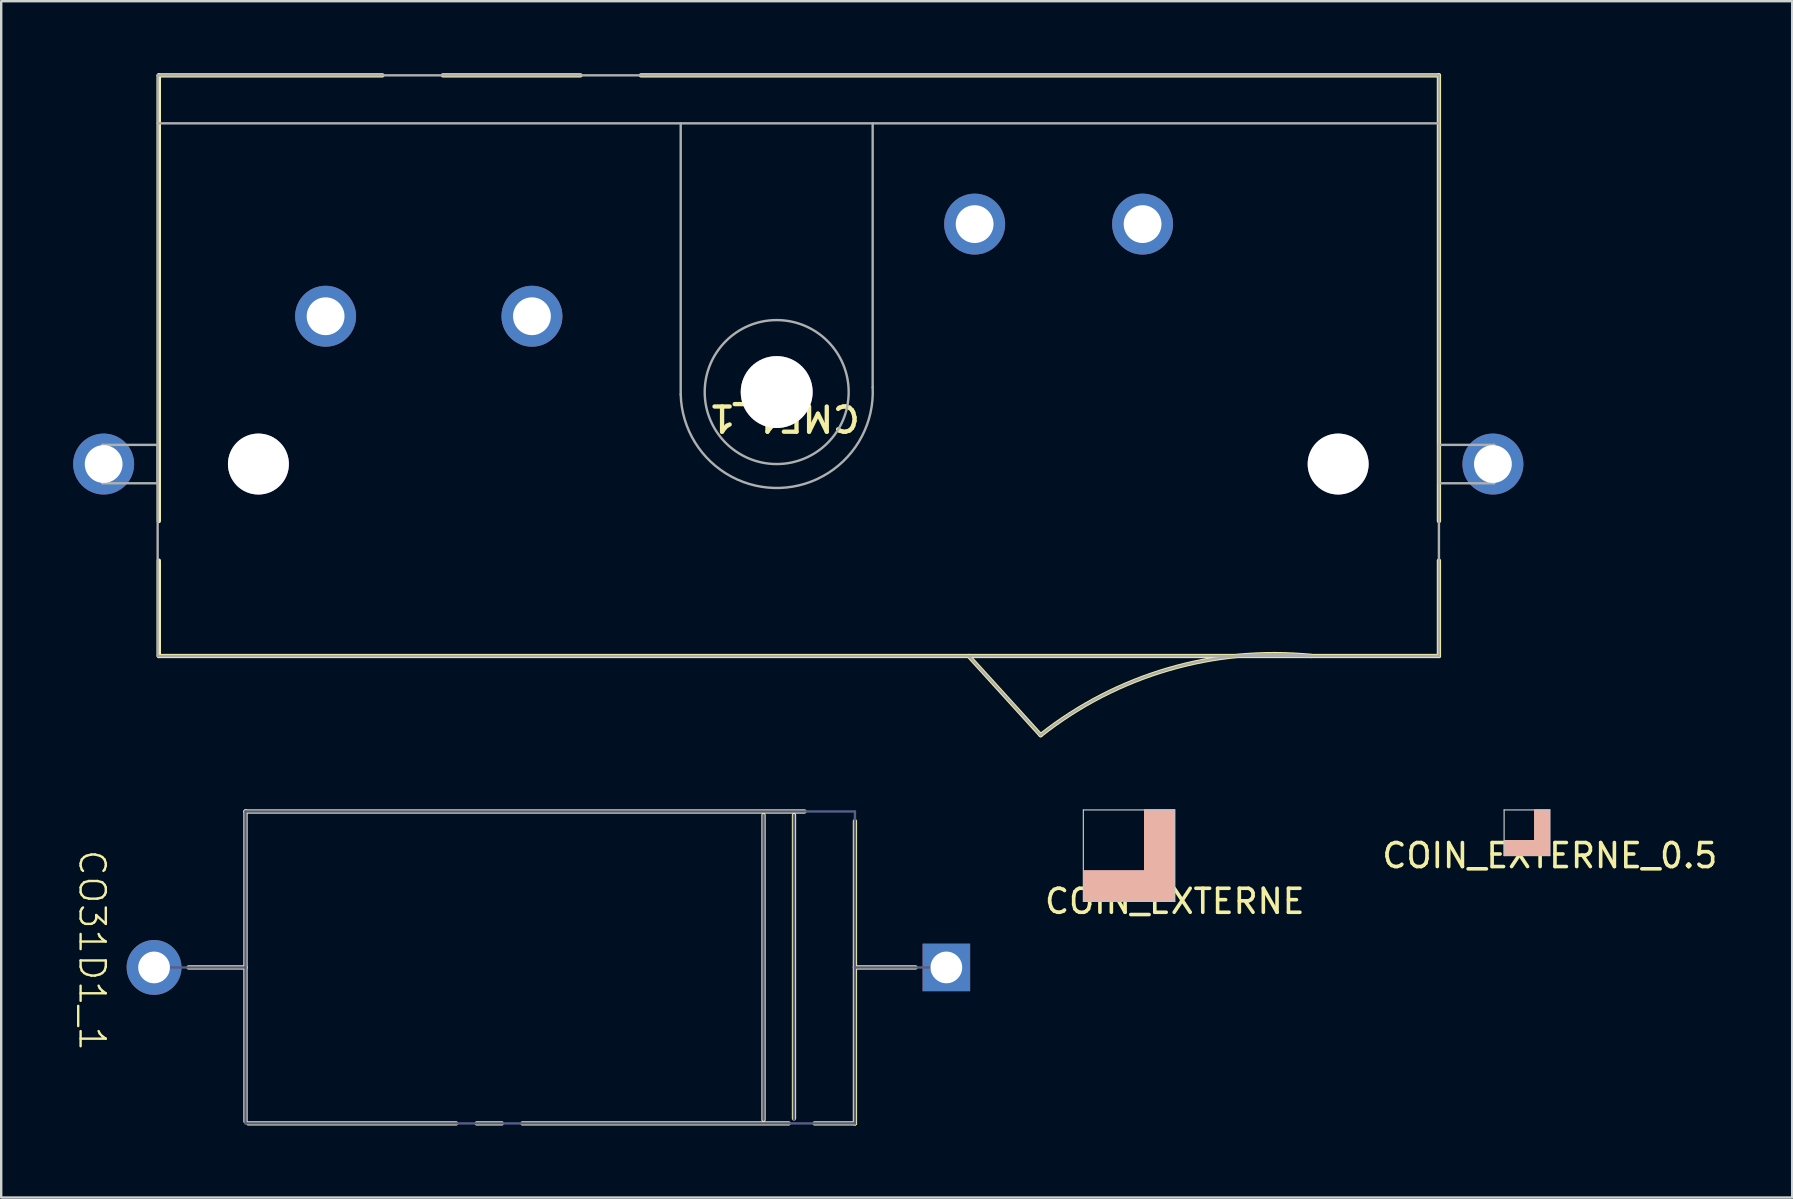
<source format=kicad_pcb>
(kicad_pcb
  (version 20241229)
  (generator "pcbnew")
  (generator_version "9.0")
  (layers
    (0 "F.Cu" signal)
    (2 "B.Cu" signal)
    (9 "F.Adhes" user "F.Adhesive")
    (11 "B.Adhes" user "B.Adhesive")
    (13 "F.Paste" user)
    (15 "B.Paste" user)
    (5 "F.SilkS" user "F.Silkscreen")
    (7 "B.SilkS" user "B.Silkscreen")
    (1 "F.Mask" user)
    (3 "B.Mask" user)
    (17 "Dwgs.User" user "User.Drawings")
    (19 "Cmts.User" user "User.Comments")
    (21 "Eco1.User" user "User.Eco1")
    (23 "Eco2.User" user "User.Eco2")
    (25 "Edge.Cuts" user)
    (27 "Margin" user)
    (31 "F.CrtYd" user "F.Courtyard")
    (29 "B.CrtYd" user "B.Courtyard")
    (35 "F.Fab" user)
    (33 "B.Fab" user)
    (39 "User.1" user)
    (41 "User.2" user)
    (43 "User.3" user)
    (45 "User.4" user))
  (footprint "CMF1_1"
    (layer "F.Cu")
    (at 52.72 16.29)
    (property "Reference" "CMF1_1" (at -23.074 -1.922 180) (unlocked yes) (layer "F.SilkS") (effects (font (size 1.05 1.104) (thickness 0.18))))
    (attr smd)
    (fp_line (start -49.15 -16.2) (end -39.832 -16.2) (stroke (width 0.18) (type solid)) (layer "F.SilkS"))
    (fp_line (start -49.15 2.375) (end -49.15 -16.2) (stroke (width 0.18) (type solid)) (layer "F.SilkS"))
    (fp_line (start -49.15 8) (end -49.15 4.025) (stroke (width 0.18) (type solid)) (layer "F.SilkS"))
    (fp_line (start -49.15 8) (end 4.2 8) (stroke (width 0.18) (type solid)) (layer "F.SilkS"))
    (fp_line (start -37.313 -16.2) (end -31.577 -16.2) (stroke (width 0.18) (type solid)) (layer "F.SilkS"))
    (fp_line (start -29.058 -16.2) (end 4.2 -16.2) (stroke (width 0.18) (type solid)) (layer "F.SilkS"))
    (fp_line (start -15.4 8) (end -12.4 11.3) (stroke (width 0.18) (type solid)) (layer "F.SilkS"))
    (fp_line (start 4.2 2.375) (end 4.2 -16.2) (stroke (width 0.18) (type solid)) (layer "F.SilkS"))
    (fp_line (start 4.2 8) (end 4.2 4.025) (stroke (width 0.18) (type solid)) (layer "F.SilkS"))
    (fp_arc (start -12.399792 11.299832) (mid -7.07639 8.552219) (end -1.111344 7.998858) (stroke (width 0.18) (type solid)) (layer "F.SilkS"))
    (fp_line (start -51.5 -0.8) (end -49.2 -0.8) (stroke (width 0.1) (type solid)) (layer "F.Fab"))
    (fp_line (start -51.5 0.8) (end -51.5 -0.8) (stroke (width 0.1) (type solid)) (layer "F.Fab"))
    (fp_line (start -51.5 0.8) (end -49.2 0.8) (stroke (width 0.1) (type solid)) (layer "F.Fab"))
    (fp_line (start -49.2 -16.2) (end 4.2 -16.2) (stroke (width 0.1) (type solid)) (layer "F.Fab"))
    (fp_line (start -49.2 -14.2) (end 4.2 -14.2) (stroke (width 0.1) (type solid)) (layer "F.Fab"))
    (fp_line (start -49.2 0.8) (end -49.2 -0.8) (stroke (width 0.1) (type solid)) (layer "F.Fab"))
    (fp_line (start -49.2 8) (end -49.2 -16.2) (stroke (width 0.1) (type solid)) (layer "F.Fab"))
    (fp_line (start -49.15 8) (end 4.2 8) (stroke (width 0.1) (type solid)) (layer "F.Fab"))
    (fp_line (start -27.4 -2.9) (end -27.4 -14.2) (stroke (width 0.1) (type solid)) (layer "F.Fab"))
    (fp_line (start -19.4 -3.2) (end -19.4 -14.2) (stroke (width 0.1) (type solid)) (layer "F.Fab"))
    (fp_line (start -15.4 8) (end -12.4 11.3) (stroke (width 0.1) (type solid)) (layer "F.Fab"))
    (fp_line (start 4.2 -0.8) (end 6.5 -0.8) (stroke (width 0.1) (type solid)) (layer "F.Fab"))
    (fp_line (start 4.2 0.8) (end 4.2 -0.8) (stroke (width 0.1) (type solid)) (layer "F.Fab"))
    (fp_line (start 4.2 0.8) (end 6.5 0.8) (stroke (width 0.1) (type solid)) (layer "F.Fab"))
    (fp_line (start 4.2 8) (end 4.2 -16.2) (stroke (width 0.1) (type solid)) (layer "F.Fab"))
    (fp_line (start 6.5 0.8) (end 6.5 -0.8) (stroke (width 0.1) (type solid)) (layer "F.Fab"))
    (fp_arc (start -19.399929 -3.19864) (mid -23.248061 0.997182) (end -27.399958 -2.898301) (stroke (width 0.1) (type solid)) (layer "F.Fab"))
    (fp_arc (start -12.399792 11.299832) (mid -7.07639 8.552219) (end -1.111344 7.998858) (stroke (width 0.1) (type solid)) (layer "F.Fab"))
    (fp_circle (center -23.4 -3) (end -20.4 -3) (stroke (width 0.1) (type solid)) (fill no) (layer "F.Fab"))
    (pad "1" thru_hole circle (at -8.15 -10) (size 2.54 2.54) (drill 1.575) (layers "*.Cu" "*.Mask"))
    (pad "2" thru_hole circle (at -15.15 -10) (size 2.54 2.54) (drill 1.575) (layers "*.Cu" "*.Mask"))
    (pad "3" thru_hole circle (at -33.6 -6.16) (size 2.54 2.54) (drill 1.575) (layers "*.Cu" "*.Mask"))
    (pad "4" thru_hole circle (at -42.2 -6.16) (size 2.54 2.54) (drill 1.575) (layers "*.Cu" "*.Mask"))
    (pad "5" thru_hole circle (at 6.45 0) (size 2.54 2.54) (drill 1.575) (layers "*.Cu" "*.Mask"))
    (pad "6" thru_hole circle (at -51.45 0) (size 2.54 2.54) (drill 1.575) (layers "*.Cu" "*.Mask"))
    (pad "MEL32" thru_hole circle (at -45 0) (size 2.54 2.54) (drill 3.2) (layers "*.Cu" "*.Mask"))
    (pad "MEL32_1" thru_hole circle (at 0 0) (size 2.54 2.54) (drill 3.2) (layers "*.Cu" "*.Mask"))
    (pad "MEL36" thru_hole circle (at -23.4 -3) (size 2.997 2.997) (drill 3.607) (layers "*.Cu" "*.Mask")))
  (footprint "CO31D1_1"
    (layer "F.Cu")
    (at 36.391 37.27)
    (property "Reference" "CO31D1_1" (at -35.601 -0.712 270) (unlocked yes) (layer "F.SilkS") (effects (font (size 1.05 1.104) (thickness 0.1))))
    (attr smd)
    (fp_line (start -29.21 -6.5) (end -29.21 6.419) (stroke (width 0.18) (type solid)) (layer "F.SilkS"))
    (fp_line (start -29.21 0) (end -31.585 0) (stroke (width 0.18) (type solid)) (layer "F.SilkS"))
    (fp_line (start -20.433 6.5) (end -29.097 6.5) (stroke (width 0.18) (type solid)) (layer "F.SilkS"))
    (fp_line (start -18.528 6.5) (end -19.572 6.5) (stroke (width 0.18) (type solid)) (layer "F.SilkS"))
    (fp_line (start -7.62 -6.35) (end -7.62 6.35) (stroke (width 0.18) (type solid)) (layer "F.SilkS"))
    (fp_line (start -6.574 6.5) (end -17.667 6.5) (stroke (width 0.18) (type solid)) (layer "F.SilkS"))
    (fp_line (start -6.35 -6.35) (end -6.35 6.292) (stroke (width 0.18) (type solid)) (layer "F.SilkS"))
    (fp_line (start -5.911 -6.5) (end -29.21 -6.5) (stroke (width 0.18) (type solid)) (layer "F.SilkS"))
    (fp_line (start -3.81 -6.095) (end -3.81 6.5) (stroke (width 0.18) (type solid)) (layer "F.SilkS"))
    (fp_line (start -3.81 6.5) (end -5.491 6.5) (stroke (width 0.18) (type solid)) (layer "F.SilkS"))
    (fp_line (start -1.282 0) (end -3.81 0) (stroke (width 0.18) (type solid)) (layer "F.SilkS"))
    (fp_line (start -29.21 -6.5) (end -29.21 6.5) (stroke (width 0.1) (type solid)) (layer "B.Fab"))
    (fp_line (start -29.21 0) (end -33.02 0) (stroke (width 0.1) (type solid)) (layer "B.Fab"))
    (fp_line (start -7.62 -6.35) (end -7.62 6.35) (stroke (width 0.1) (type solid)) (layer "B.Fab"))
    (fp_line (start -6.35 -6.35) (end -6.35 6.35) (stroke (width 0.1) (type solid)) (layer "B.Fab"))
    (fp_line (start -3.81 -6.5) (end -29.21 -6.5) (stroke (width 0.1) (type solid)) (layer "B.Fab"))
    (fp_line (start -3.81 -6.5) (end -3.81 6.5) (stroke (width 0.1) (type solid)) (layer "B.Fab"))
    (fp_line (start -3.81 6.5) (end -29.21 6.5) (stroke (width 0.1) (type solid)) (layer "B.Fab"))
    (fp_line (start 0 0) (end -3.81 0) (stroke (width 0.1) (type solid)) (layer "B.Fab"))
    (pad "+" thru_hole rect (at 0 0 180) (size 1.981 1.981) (drill 1.321) (layers "*.Cu" "*.Mask"))
    (pad "-" thru_hole circle (at -33.02 0 180) (size 2.286 2.286) (drill 1.321) (layers "*.Cu" "*.Mask")))
  (footprint "COIN_EXTERNE"
    (placed yes)
    (layer "F.Cu")
    (at 45.911 34.515)
    (property "Reference" "COIN_EXTERNE" (at 0 0 0) (layer "F.SilkS") (effects (font (size 1 1) (thickness 0.15))))
    (attr through_hole)
    (fp_poly (pts (xy -3.81 0) (xy -3.81 -1.27) (xy -1.27 -1.27) (xy -1.27 -3.81) (xy 0 -3.81) (xy 0 0) (xy -3.81 0)) (stroke (width 0.02) (type solid)) (fill yes) (layer "F.Cu"))
    (fp_poly (pts (xy -3.81 0) (xy -3.81 -1.27) (xy -1.27 -1.27) (xy -1.27 -3.81) (xy 0 -3.81) (xy 0 0) (xy -3.81 0)) (stroke (width 0.02) (type solid)) (fill yes) (layer "F.Cu"))
    (fp_poly (pts (xy -3.81 0) (xy -3.81 -1.27) (xy -1.27 -1.27) (xy -1.27 -3.81) (xy 0 -3.81) (xy 0 0) (xy -3.81 0)) (stroke (width 0.02) (type solid)) (fill yes) (layer "F.Mask"))
    (fp_poly (pts (xy -3.81 0) (xy -3.81 -1.27) (xy -1.27 -1.27) (xy -1.27 -3.81) (xy 0 -3.81) (xy 0 0) (xy -3.81 0)) (stroke (width 0.02) (type solid)) (fill yes) (layer "B.Cu"))
    (fp_poly (pts (xy -3.81 0) (xy -3.81 -1.27) (xy -1.27 -1.27) (xy -1.27 -3.81) (xy 0 -3.81) (xy 0 0) (xy -3.81 0)) (stroke (width 0.02) (type solid)) (fill yes) (layer "B.Cu"))
    (fp_poly (pts (xy -3.81 0) (xy -3.81 -1.27) (xy -1.27 -1.27) (xy -1.27 -3.81) (xy 0 -3.81) (xy 0 0) (xy -3.81 0)) (stroke (width 0.02) (type solid)) (fill yes) (layer "B.Mask"))
    (fp_poly (pts (xy -3.81 0) (xy -3.81 -1.27) (xy -1.27 -1.27) (xy -1.27 -3.81) (xy 0 -3.81) (xy 0 0) (xy -3.81 0)) (stroke (width 0.02) (type solid)) (fill yes) (layer "In1.Cu"))
    (fp_poly (pts (xy -3.81 0) (xy -3.81 -1.27) (xy -1.27 -1.27) (xy -1.27 -3.81) (xy 0 -3.81) (xy 0 0) (xy -3.81 0)) (stroke (width 0.02) (type solid)) (fill yes) (layer "F.SilkS"))
    (fp_poly (pts (xy -3.81 0) (xy -3.81 -1.27) (xy -1.27 -1.27) (xy -1.27 -3.81) (xy 0 -3.81) (xy 0 0) (xy -3.81 0)) (stroke (width 0.02) (type solid)) (fill yes) (layer "In2.Cu"))
    (fp_poly (pts (xy -3.81 0) (xy -3.81 -1.27) (xy -1.27 -1.27) (xy -1.27 -3.81) (xy 0 -3.81) (xy 0 0) (xy -3.81 0)) (stroke (width 0.02) (type solid)) (fill yes) (layer "B.SilkS"))
    (fp_poly (pts (xy -3.81 0) (xy -3.81 -1.27) (xy -1.27 -1.27) (xy -1.27 -3.81) (xy 0 -3.81) (xy 0 0) (xy -3.81 0)) (stroke (width 0.02) (type solid)) (fill yes) (layer "F.Adhes"))
    (fp_poly (pts (xy -3.81 0) (xy -3.81 -1.27) (xy -1.27 -1.27) (xy -1.27 -3.81) (xy 0 -3.81) (xy 0 0) (xy -3.81 0)) (stroke (width 0.02) (type solid)) (fill yes) (layer "B.Adhes"))
    (fp_poly (pts (xy -3.81 0) (xy -3.81 -1.27) (xy -1.27 -1.27) (xy -1.27 -3.81) (xy 0 -3.81) (xy 0 0) (xy -3.81 0)) (stroke (width 0.02) (type solid)) (fill yes) (layer "F.Paste"))
    (fp_poly (pts (xy -3.81 0) (xy -3.81 -1.27) (xy -1.27 -1.27) (xy -1.27 -3.81) (xy 0 -3.81) (xy 0 0) (xy -3.81 0)) (stroke (width 0.02) (type solid)) (fill yes) (layer "B.Paste"))
    (fp_line (start -3.81 -3.81) (end 0 -3.81) (stroke (width 0.05) (type solid)) (layer "Dwgs.User"))
    (fp_line (start -3.81 0) (end -3.81 -3.81) (stroke (width 0.05) (type solid)) (layer "Dwgs.User"))
    (fp_line (start 0 -3.81) (end 0 0) (stroke (width 0.05) (type solid)) (layer "Dwgs.User"))
    (fp_line (start 0 0) (end -3.81 0) (stroke (width 0.05) (type solid)) (layer "Dwgs.User")))
  (footprint "COIN_EXTERNE_0.5"
    (placed yes)
    (layer "F.Cu")
    (at 61.542 32.61)
    (property "Reference" "COIN_EXTERNE_0.5" (at 0 0 0) (layer "F.SilkS") (effects (font (size 1 1) (thickness 0.15))))
    (attr through_hole)
    (fp_poly (pts (xy -1.905 0) (xy -1.905 -0.635) (xy -0.635 -0.635) (xy -0.635 -1.905) (xy 0 -1.905) (xy 0 0) (xy -1.905 0)) (stroke (width 0.02) (type solid)) (fill yes) (layer "F.Cu"))
    (fp_poly (pts (xy -1.905 0) (xy -1.905 -0.635) (xy -0.635 -0.635) (xy -0.635 -1.905) (xy 0 -1.905) (xy 0 0) (xy -1.905 0)) (stroke (width 0.02) (type solid)) (fill yes) (layer "F.Mask"))
    (fp_poly (pts (xy -1.905 0) (xy -1.905 -0.635) (xy -0.635 -0.635) (xy -0.635 -1.905) (xy 0 -1.905) (xy 0 0) (xy -1.905 0)) (stroke (width 0.02) (type solid)) (fill yes) (layer "B.Cu"))
    (fp_poly (pts (xy -1.905 0) (xy -1.905 -0.635) (xy -0.635 -0.635) (xy -0.635 -1.905) (xy 0 -1.905) (xy 0 0) (xy -1.905 0)) (stroke (width 0.02) (type solid)) (fill yes) (layer "B.Mask"))
    (fp_poly (pts (xy -1.905 0) (xy -1.905 -0.635) (xy -0.635 -0.635) (xy -0.635 -1.905) (xy 0 -1.905) (xy 0 0) (xy -1.905 0)) (stroke (width 0.02) (type solid)) (fill yes) (layer "F.SilkS"))
    (fp_poly (pts (xy -1.905 0) (xy -1.905 -0.635) (xy -0.635 -0.635) (xy -0.635 -1.905) (xy 0 -1.905) (xy 0 0) (xy -1.905 0)) (stroke (width 0.02) (type solid)) (fill yes) (layer "B.SilkS"))
    (fp_poly (pts (xy -1.905 0) (xy -1.905 -0.635) (xy -0.635 -0.635) (xy -0.635 -1.905) (xy 0 -1.905) (xy 0 0) (xy -1.905 0)) (stroke (width 0.02) (type solid)) (fill yes) (layer "F.Adhes"))
    (fp_poly (pts (xy -1.905 0) (xy -1.905 -0.635) (xy -0.635 -0.635) (xy -0.635 -1.905) (xy 0 -1.905) (xy 0 0) (xy -1.905 0)) (stroke (width 0.02) (type solid)) (fill yes) (layer "B.Adhes"))
    (fp_poly (pts (xy -1.905 0) (xy -1.905 -0.635) (xy -0.635 -0.635) (xy -0.635 -1.905) (xy 0 -1.905) (xy 0 0) (xy -1.905 0)) (stroke (width 0.02) (type solid)) (fill yes) (layer "F.Paste"))
    (fp_poly (pts (xy -1.905 0) (xy -1.905 -0.635) (xy -0.635 -0.635) (xy -0.635 -1.905) (xy 0 -1.905) (xy 0 0) (xy -1.905 0)) (stroke (width 0.02) (type solid)) (fill yes) (layer "B.Paste"))
    (fp_line (start -1.905 -1.905) (end 0 -1.905) (stroke (width 0.05) (type solid)) (layer "Dwgs.User"))
    (fp_line (start -1.905 0) (end -1.905 -1.905) (stroke (width 0.05) (type solid)) (layer "Dwgs.User"))
    (fp_line (start 0 -1.905) (end 0 0) (stroke (width 0.05) (type solid)) (layer "Dwgs.User"))
    (fp_line (start 0 0) (end -1.905 0) (stroke (width 0.05) (type solid)) (layer "Dwgs.User")))
  (gr_rect
    (start -3 -3)
    (end 71.643 46.86)
    (stroke (width 0.1) (type default))
    (fill no)
    (layer "Edge.Cuts")))
</source>
